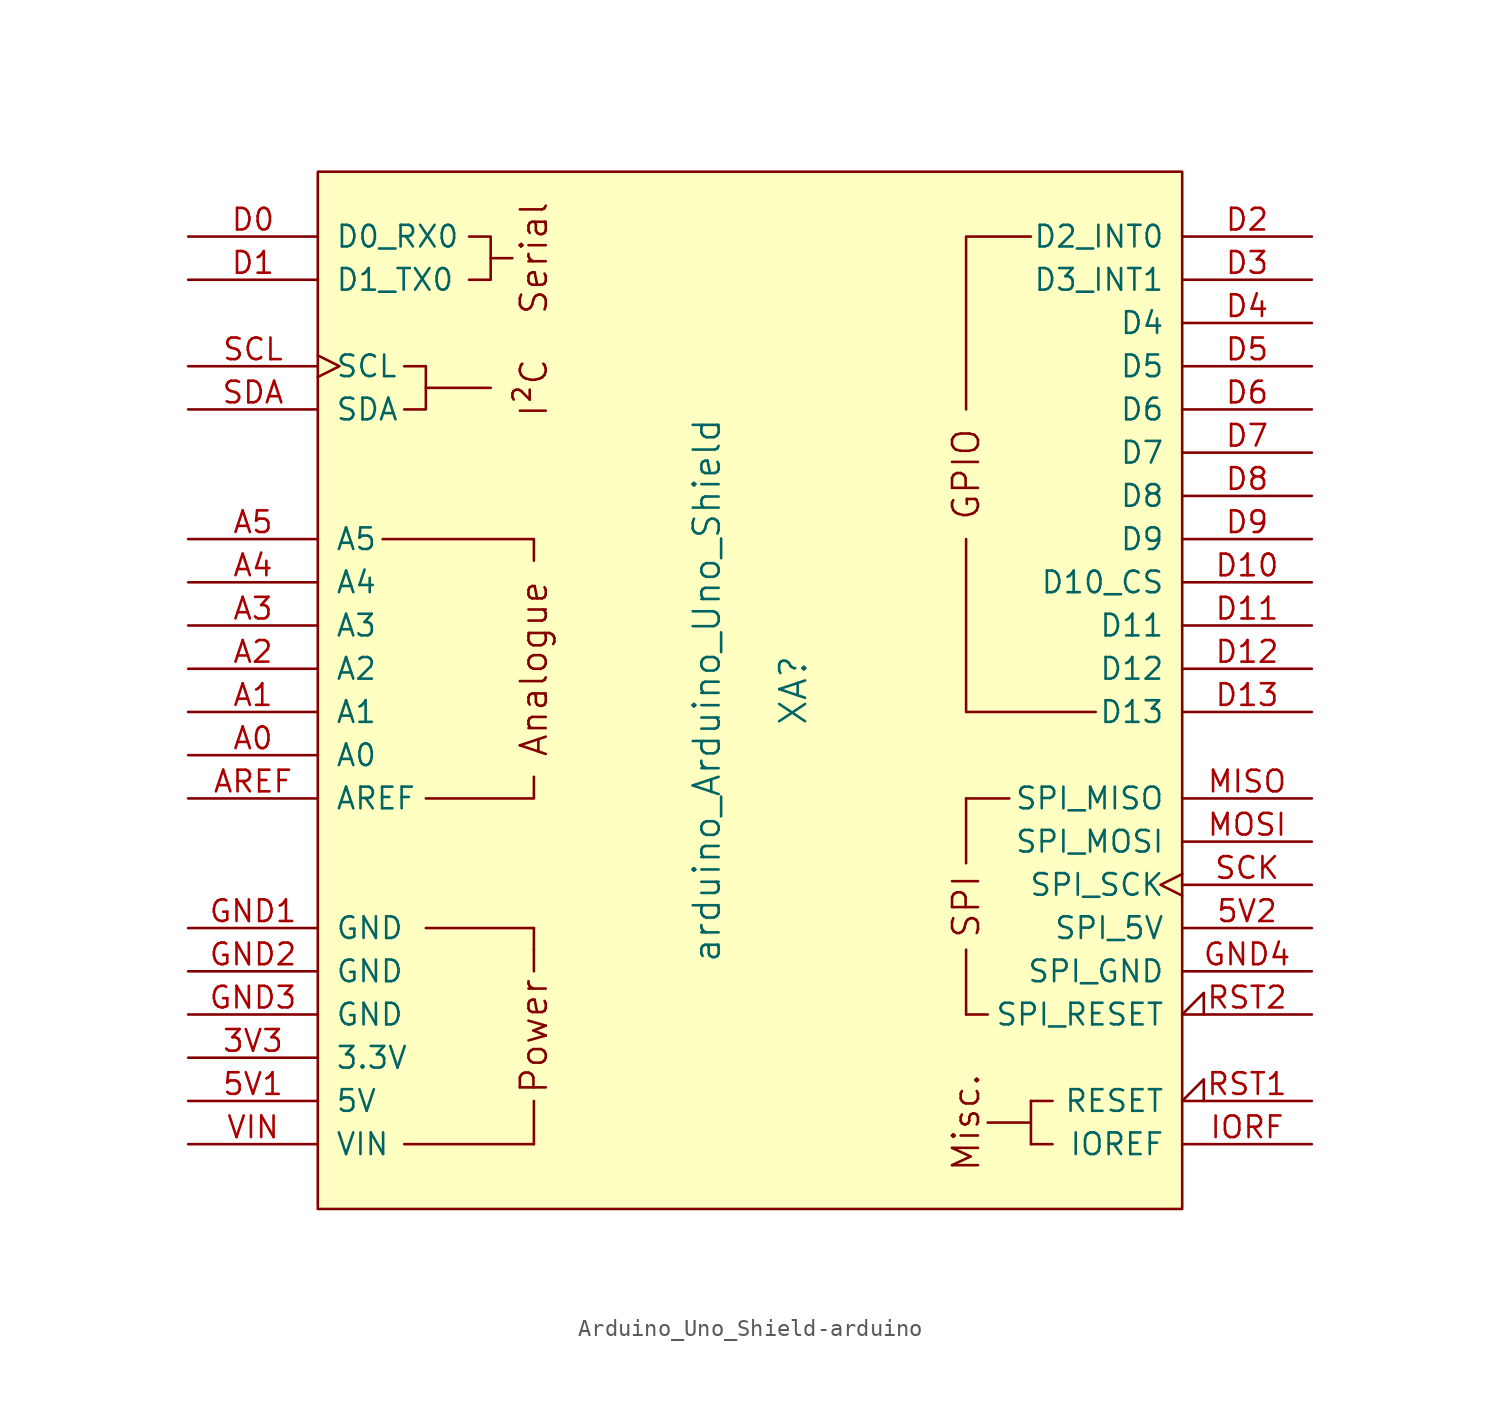
<source format=kicad_sym>
(kicad_symbol_lib
  (version 20220914)
  (generator kicad_symbol_editor)
  (symbol "Arduino_Uno_Shield-arduino"
    (pin_names
      (offset 1.016))
    (property "Reference" "XA"
      (at 2.54 0 90)
      (effects (font (size 1.524 1.524))))
    (property "Value" "arduino_Arduino_Uno_Shield"
      (at -2.54 0 90)
      (effects (font (size 1.524 1.524))))
    (symbol "Arduino_Uno_Shield-arduino_0_0"
      (rectangle (start -25.4 30.48) (end 25.4 -30.48) (stroke (width 0) (type solid)) (fill (type background)))
      (rectangle (start -20.32 -26.67) (end -12.7 -26.67) (stroke (width 0) (type solid)) (fill (type none)))
      (rectangle (start -19.05 -13.97) (end -12.7 -13.97) (stroke (width 0) (type solid)) (fill (type none)))
      (polyline (pts (xy -19.05 17.78) (xy -15.24 17.78)) (stroke (width 0) (type solid)) (fill (type none)))
      (polyline (pts (xy -15.24 25.4) (xy -13.97 25.4)) (stroke (width 0) (type solid)) (fill (type none)))
      (polyline (pts (xy -12.7 -26.67) (xy -12.7 -24.13)) (stroke (width 0) (type solid)) (fill (type none)))
      (polyline (pts (xy -12.7 -15.24) (xy -12.7 -16.51)) (stroke (width 0) (type solid)) (fill (type none)))
      (polyline (pts (xy -12.7 -13.97) (xy -12.7 -15.24)) (stroke (width 0) (type solid)) (fill (type none)))
      (polyline (pts (xy -12.7 -5.08) (xy -12.7 -6.35) (xy -19.05 -6.35)) (stroke (width 0) (type solid)) (fill (type none)))
      (polyline (pts (xy -12.7 7.62) (xy -12.7 8.89) (xy -21.59 8.89)) (stroke (width 0) (type solid)) (fill (type none)))
      (polyline (pts (xy 12.7 8.89) (xy 12.7 -1.27) (xy 20.32 -1.27)) (stroke (width 0) (type solid)) (fill (type none)))
      (polyline (pts (xy 12.7 16.51) (xy 12.7 26.67) (xy 16.51 26.67)) (stroke (width 0) (type solid)) (fill (type none)))
      (polyline (pts (xy -20.32 19.05) (xy -19.05 19.05) (xy -19.05 16.51) (xy -20.32 16.51)) (stroke (width 0) (type solid)) (fill (type none)))
      (polyline (pts (xy -16.51 26.67) (xy -15.24 26.67) (xy -15.24 24.13) (xy -16.51 24.13)) (stroke (width 0) (type solid)) (fill (type none)))
      (rectangle (start 12.7 -19.05) (end 12.7 -15.24) (stroke (width 0) (type solid)) (fill (type none)))
      (rectangle (start 12.7 -10.16) (end 12.7 -6.35) (stroke (width 0) (type solid)) (fill (type none)))
      (rectangle (start 13.97 -19.05) (end 12.7 -19.05) (stroke (width 0) (type solid)) (fill (type none)))
      (rectangle (start 15.24 -6.35) (end 12.7 -6.35) (stroke (width 0) (type solid)) (fill (type none)))
      (rectangle (start 16.51 -25.4) (end 13.97 -25.4) (stroke (width 0) (type solid)) (fill (type none)))
      (rectangle (start 16.51 -24.13) (end 16.51 -26.67) (stroke (width 0) (type solid)) (fill (type none)))
      (rectangle (start 17.78 -26.67) (end 16.51 -26.67) (stroke (width 0) (type solid)) (fill (type none)))
      (rectangle (start 17.78 -24.13) (end 16.51 -24.13) (stroke (width 0) (type solid)) (fill (type none)))
      (text "Analogue" (at -12.7 1.27 900) (effects (font (size 1.524 1.524))))
      (text "I²C" (at -12.7 17.78 900) (effects (font (size 1.524 1.524))))
      (text "Misc." (at 12.7 -25.4 900) (effects (font (size 1.524 1.524))))
      (text "Power" (at -12.7 -20.32 900) (effects (font (size 1.524 1.524))))
      (text "Serial" (at -12.7 25.4 900) (effects (font (size 1.524 1.524))))
      (text "SPI" (at 12.7 -12.7 900) (effects (font (size 1.524 1.524)))))
    (symbol "Arduino_Uno_Shield-arduino_1_0"
      (text "GPIO" (at 12.7 12.7 900) (effects (font (size 1.524 1.524)))))
    (symbol "Arduino_Uno_Shield-arduino_1_1"
      (pin power_in line (at -33.02 -21.59 0) (length 7.62) (name "3.3V" (effects (font (size 1.27 1.27)))) (number "3V3" (effects (font (size 1.27 1.27)))))
      (pin power_in line (at -33.02 -24.13 0) (length 7.62) (name "5V" (effects (font (size 1.27 1.27)))) (number "5V1" (effects (font (size 1.27 1.27)))))
      (pin power_in line (at 33.02 -13.97 180) (length 7.62) (name "SPI_5V" (effects (font (size 1.27 1.27)))) (number "5V2" (effects (font (size 1.27 1.27)))))
      (pin bidirectional line (at -33.02 -3.81 0) (length 7.62) (name "A0" (effects (font (size 1.27 1.27)))) (number "A0" (effects (font (size 1.27 1.27)))))
      (pin bidirectional line (at -33.02 -1.27 0) (length 7.62) (name "A1" (effects (font (size 1.27 1.27)))) (number "A1" (effects (font (size 1.27 1.27)))))
      (pin bidirectional line (at -33.02 1.27 0) (length 7.62) (name "A2" (effects (font (size 1.27 1.27)))) (number "A2" (effects (font (size 1.27 1.27)))))
      (pin bidirectional line (at -33.02 3.81 0) (length 7.62) (name "A3" (effects (font (size 1.27 1.27)))) (number "A3" (effects (font (size 1.27 1.27)))))
      (pin bidirectional line (at -33.02 6.35 0) (length 7.62) (name "A4" (effects (font (size 1.27 1.27)))) (number "A4" (effects (font (size 1.27 1.27)))))
      (pin bidirectional line (at -33.02 8.89 0) (length 7.62) (name "A5" (effects (font (size 1.27 1.27)))) (number "A5" (effects (font (size 1.27 1.27)))))
      (pin input line (at -33.02 -6.35 0) (length 7.62) (name "AREF" (effects (font (size 1.27 1.27)))) (number "AREF" (effects (font (size 1.27 1.27)))))
      (pin bidirectional line (at -33.02 26.67 0) (length 7.62) (name "D0_RX0" (effects (font (size 1.27 1.27)))) (number "D0" (effects (font (size 1.27 1.27)))))
      (pin bidirectional line (at -33.02 24.13 0) (length 7.62) (name "D1_TX0" (effects (font (size 1.27 1.27)))) (number "D1" (effects (font (size 1.27 1.27)))))
      (pin bidirectional line (at 33.02 6.35 180) (length 7.62) (name "D10_CS" (effects (font (size 1.27 1.27)))) (number "D10" (effects (font (size 1.27 1.27)))))
      (pin bidirectional line (at 33.02 3.81 180) (length 7.62) (name "D11" (effects (font (size 1.27 1.27)))) (number "D11" (effects (font (size 1.27 1.27)))))
      (pin bidirectional line (at 33.02 1.27 180) (length 7.62) (name "D12" (effects (font (size 1.27 1.27)))) (number "D12" (effects (font (size 1.27 1.27)))))
      (pin bidirectional line (at 33.02 -1.27 180) (length 7.62) (name "D13" (effects (font (size 1.27 1.27)))) (number "D13" (effects (font (size 1.27 1.27)))))
      (pin bidirectional line (at 33.02 26.67 180) (length 7.62) (name "D2_INT0" (effects (font (size 1.27 1.27)))) (number "D2" (effects (font (size 1.27 1.27)))))
      (pin bidirectional line (at 33.02 24.13 180) (length 7.62) (name "D3_INT1" (effects (font (size 1.27 1.27)))) (number "D3" (effects (font (size 1.27 1.27)))))
      (pin bidirectional line (at 33.02 21.59 180) (length 7.62) (name "D4" (effects (font (size 1.27 1.27)))) (number "D4" (effects (font (size 1.27 1.27)))))
      (pin bidirectional line (at 33.02 19.05 180) (length 7.62) (name "D5" (effects (font (size 1.27 1.27)))) (number "D5" (effects (font (size 1.27 1.27)))))
      (pin bidirectional line (at 33.02 16.51 180) (length 7.62) (name "D6" (effects (font (size 1.27 1.27)))) (number "D6" (effects (font (size 1.27 1.27)))))
      (pin bidirectional line (at 33.02 13.97 180) (length 7.62) (name "D7" (effects (font (size 1.27 1.27)))) (number "D7" (effects (font (size 1.27 1.27)))))
      (pin bidirectional line (at 33.02 11.43 180) (length 7.62) (name "D8" (effects (font (size 1.27 1.27)))) (number "D8" (effects (font (size 1.27 1.27)))))
      (pin bidirectional line (at 33.02 8.89 180) (length 7.62) (name "D9" (effects (font (size 1.27 1.27)))) (number "D9" (effects (font (size 1.27 1.27)))))
      (pin power_in line (at -33.02 -13.97 0) (length 7.62) (name "GND" (effects (font (size 1.27 1.27)))) (number "GND1" (effects (font (size 1.27 1.27)))))
      (pin power_in line (at -33.02 -16.51 0) (length 7.62) (name "GND" (effects (font (size 1.27 1.27)))) (number "GND2" (effects (font (size 1.27 1.27)))))
      (pin power_in line (at -33.02 -19.05 0) (length 7.62) (name "GND" (effects (font (size 1.27 1.27)))) (number "GND3" (effects (font (size 1.27 1.27)))))
      (pin power_in line (at 33.02 -16.51 180) (length 7.62) (name "SPI_GND" (effects (font (size 1.27 1.27)))) (number "GND4" (effects (font (size 1.27 1.27)))))
      (pin output line (at 33.02 -26.67 180) (length 7.62) (name "IOREF" (effects (font (size 1.27 1.27)))) (number "IORF" (effects (font (size 1.27 1.27)))))
      (pin input line (at 33.02 -6.35 180) (length 7.62) (name "SPI_MISO" (effects (font (size 1.27 1.27)))) (number "MISO" (effects (font (size 1.27 1.27)))))
      (pin output line (at 33.02 -8.89 180) (length 7.62) (name "SPI_MOSI" (effects (font (size 1.27 1.27)))) (number "MOSI" (effects (font (size 1.27 1.27)))))
      (pin open_collector input_low (at 33.02 -24.13 180) (length 7.62) (name "RESET" (effects (font (size 1.27 1.27)))) (number "RST1" (effects (font (size 1.27 1.27)))))
      (pin open_collector input_low (at 33.02 -19.05 180) (length 7.62) (name "SPI_RESET" (effects (font (size 1.27 1.27)))) (number "RST2" (effects (font (size 1.27 1.27)))))
      (pin output clock (at 33.02 -11.43 180) (length 7.62) (name "SPI_SCK" (effects (font (size 1.27 1.27)))) (number "SCK" (effects (font (size 1.27 1.27)))))
      (pin bidirectional clock (at -33.02 19.05 0) (length 7.62) (name "SCL" (effects (font (size 1.27 1.27)))) (number "SCL" (effects (font (size 1.27 1.27)))))
      (pin bidirectional line (at -33.02 16.51 0) (length 7.62) (name "SDA" (effects (font (size 1.27 1.27)))) (number "SDA" (effects (font (size 1.27 1.27)))))
      (pin power_in line (at -33.02 -26.67 0) (length 7.62) (name "VIN" (effects (font (size 1.27 1.27)))) (number "VIN" (effects (font (size 1.27 1.27))))))))
</source>
